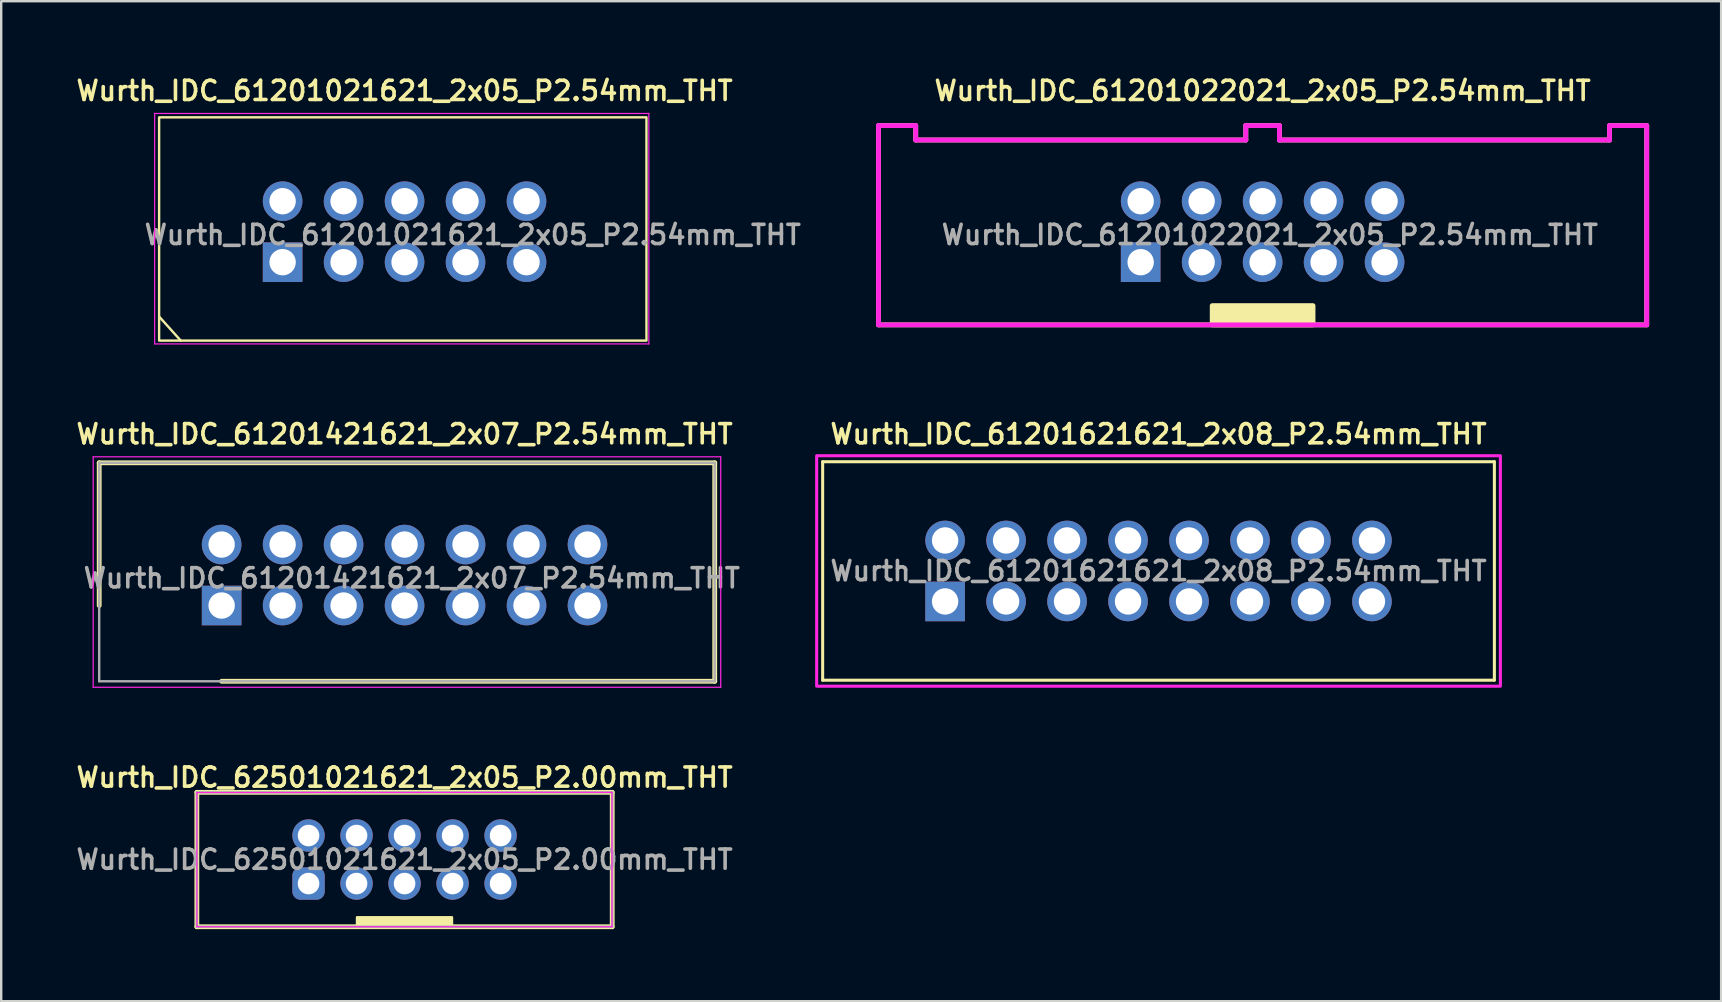
<source format=kicad_pcb>
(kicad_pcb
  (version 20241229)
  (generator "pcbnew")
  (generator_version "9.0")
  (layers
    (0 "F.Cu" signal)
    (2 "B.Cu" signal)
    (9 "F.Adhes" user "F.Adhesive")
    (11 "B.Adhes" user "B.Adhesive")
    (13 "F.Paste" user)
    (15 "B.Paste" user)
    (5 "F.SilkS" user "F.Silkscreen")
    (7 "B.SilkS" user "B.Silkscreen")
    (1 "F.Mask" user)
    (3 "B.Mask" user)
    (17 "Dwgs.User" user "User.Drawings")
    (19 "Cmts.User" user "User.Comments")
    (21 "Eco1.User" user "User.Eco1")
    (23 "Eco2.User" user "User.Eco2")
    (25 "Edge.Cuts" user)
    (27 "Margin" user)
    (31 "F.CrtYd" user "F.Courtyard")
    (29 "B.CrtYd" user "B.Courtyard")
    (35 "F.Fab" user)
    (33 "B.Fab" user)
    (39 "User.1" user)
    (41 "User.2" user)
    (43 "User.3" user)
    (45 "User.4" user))
  (footprint "Wurth_IDC_62501021621_2x05_P2.00mm_THT"
    (layer "F.Cu")
    (at 13.802 32.754)
    (property "Reference" "Wurth_IDC_62501021621_2x05_P2.00mm_THT" (at 0 -3.42 0) (layer "F.SilkS") (effects (font (size 0.8 0.8) (thickness 0.15))))
    (attr through_hole)
    (fp_line (start -8.652 -2.8) (end -8.652 2.8) (stroke (width 0.2) (type solid)) (layer "F.SilkS"))
    (fp_line (start -8.652 2.8) (end 8.648 2.8) (stroke (width 0.2) (type solid)) (layer "F.SilkS"))
    (fp_line (start 8.65 -2.8) (end -8.65 -2.8) (stroke (width 0.2) (type solid)) (layer "F.SilkS"))
    (fp_line (start 8.65 2.8) (end 8.65 -2.8) (stroke (width 0.2) (type solid)) (layer "F.SilkS"))
    (fp_rect (start 1.976 2.8) (end -1.981 2.405) (stroke (width 0.1) (type solid)) (fill yes) (layer "F.SilkS"))
    (fp_line (start -8.65 -2.79) (end 8.64 -2.8) (stroke (width 0.05) (type solid)) (layer "F.CrtYd"))
    (fp_line (start -8.65 2.8) (end -8.65 -2.79) (stroke (width 0.05) (type solid)) (layer "F.CrtYd"))
    (fp_line (start 8.64 -2.8) (end 8.64 2.8) (stroke (width 0.05) (type solid)) (layer "F.CrtYd"))
    (fp_line (start 8.64 2.8) (end -8.65 2.8) (stroke (width 0.05) (type solid)) (layer "F.CrtYd"))
    (fp_line (start -8.65 -2.8) (end 8.65 -2.8) (stroke (width 0.1) (type solid)) (layer "F.Fab"))
    (fp_line (start -8.65 2.8) (end -8.65 -2.8) (stroke (width 0.1) (type solid)) (layer "F.Fab"))
    (fp_line (start 8.65 -2.8) (end 8.65 2.8) (stroke (width 0.1) (type solid)) (layer "F.Fab"))
    (fp_line (start 8.65 2.8) (end -8.65 2.8) (stroke (width 0.1) (type solid)) (layer "F.Fab"))
    (fp_text user "${REFERENCE}" (at 0 0 0) (layer "F.Fab") (effects (font (size 0.8 0.8) (thickness 0.15))))
    (pad "1" thru_hole roundrect (at -4 1) (size 1.35 1.35) (drill 0.9) (layers "*.Cu" "*.Mask") (roundrect_rratio 0.25))
    (pad "2" thru_hole circle (at -4 -1) (size 1.35 1.35) (drill 0.9) (layers "*.Cu" "*.Mask"))
    (pad "3" thru_hole circle (at -2 1) (size 1.35 1.35) (drill 0.9) (layers "*.Cu" "*.Mask"))
    (pad "4" thru_hole circle (at -2 -1) (size 1.35 1.35) (drill 0.9) (layers "*.Cu" "*.Mask"))
    (pad "5" thru_hole circle (at 0 1) (size 1.35 1.35) (drill 0.9) (layers "*.Cu" "*.Mask"))
    (pad "6" thru_hole circle (at 0 -1) (size 1.35 1.35) (drill 0.9) (layers "*.Cu" "*.Mask"))
    (pad "7" thru_hole circle (at 2 1) (size 1.35 1.35) (drill 0.9) (layers "*.Cu" "*.Mask"))
    (pad "8" thru_hole circle (at 2 -1) (size 1.35 1.35) (drill 0.9) (layers "*.Cu" "*.Mask"))
    (pad "9" thru_hole circle (at 4 1) (size 1.35 1.35) (drill 0.9) (layers "*.Cu" "*.Mask"))
    (pad "10" thru_hole circle (at 4 -1) (size 1.35 1.35) (drill 0.9) (layers "*.Cu" "*.Mask")))
  (footprint "Wurth_IDC_61201022021_2x05_P2.54mm_THT"
    (layer "F.Cu")
    (at 49.544 6.631)
    (property "Reference" "Wurth_IDC_61201022021_2x05_P2.54mm_THT" (at 0 -5.9 0) (layer "F.SilkS") (effects (font (size 0.8 0.8) (thickness 0.15))))
    (attr through_hole)
    (fp_line (start -16 3.85) (end -16 -4.45) (stroke (width 0.2) (type solid)) (layer "F.SilkS"))
    (fp_line (start -16 3.85) (end 16 3.85) (stroke (width 0.2) (type solid)) (layer "F.SilkS"))
    (fp_line (start -14.45 -4.45) (end -16 -4.45) (stroke (width 0.2) (type solid)) (layer "F.SilkS"))
    (fp_line (start -14.45 -4.45) (end -14.45 -3.85) (stroke (width 0.2) (type solid)) (layer "F.SilkS"))
    (fp_line (start -14.45 -3.85) (end -0.7 -3.85) (stroke (width 0.2) (type solid)) (layer "F.SilkS"))
    (fp_line (start -0.7 -4.45) (end 0.7 -4.45) (stroke (width 0.2) (type solid)) (layer "F.SilkS"))
    (fp_line (start -0.7 -3.85) (end -0.7 -4.45) (stroke (width 0.2) (type solid)) (layer "F.SilkS"))
    (fp_line (start 0.7 -4.45) (end 0.7 -3.85) (stroke (width 0.2) (type solid)) (layer "F.SilkS"))
    (fp_line (start 14.45 -4.45) (end 16 -4.45) (stroke (width 0.2) (type solid)) (layer "F.SilkS"))
    (fp_line (start 14.45 -3.85) (end 0.7 -3.85) (stroke (width 0.2) (type solid)) (layer "F.SilkS"))
    (fp_line (start 14.45 -3.85) (end 14.45 -4.45) (stroke (width 0.2) (type solid)) (layer "F.SilkS"))
    (fp_line (start 16 3.85) (end 16 -4.45) (stroke (width 0.2) (type solid)) (layer "F.SilkS"))
    (fp_rect (start -2.1 3.85) (end 2.1 3.05) (stroke (width 0.2) (type solid)) (fill yes) (layer "F.SilkS"))
    (fp_line (start -16 3.851) (end -16 -4.449) (stroke (width 0.2) (type solid)) (layer "F.CrtYd"))
    (fp_line (start -16 3.851) (end 16 3.851) (stroke (width 0.2) (type solid)) (layer "F.CrtYd"))
    (fp_line (start -14.45 -4.449) (end -16 -4.449) (stroke (width 0.2) (type solid)) (layer "F.CrtYd"))
    (fp_line (start -14.45 -4.449) (end -14.45 -3.849) (stroke (width 0.2) (type solid)) (layer "F.CrtYd"))
    (fp_line (start -14.45 -3.849) (end -0.7 -3.849) (stroke (width 0.2) (type solid)) (layer "F.CrtYd"))
    (fp_line (start -0.7 -4.449) (end 0.7 -4.449) (stroke (width 0.2) (type solid)) (layer "F.CrtYd"))
    (fp_line (start -0.7 -3.849) (end -0.7 -4.449) (stroke (width 0.2) (type solid)) (layer "F.CrtYd"))
    (fp_line (start 0.7 -4.449) (end 0.7 -3.849) (stroke (width 0.2) (type solid)) (layer "F.CrtYd"))
    (fp_line (start 14.45 -4.449) (end 16 -4.449) (stroke (width 0.2) (type solid)) (layer "F.CrtYd"))
    (fp_line (start 14.45 -3.849) (end 0.7 -3.849) (stroke (width 0.2) (type solid)) (layer "F.CrtYd"))
    (fp_line (start 14.45 -3.849) (end 14.45 -4.449) (stroke (width 0.2) (type solid)) (layer "F.CrtYd"))
    (fp_line (start 16 3.851) (end 16 -4.449) (stroke (width 0.2) (type solid)) (layer "F.CrtYd"))
    (fp_text user "${REFERENCE}" (at 0.3 0.1 0) (layer "F.Fab") (effects (font (size 0.8 0.8) (thickness 0.15))))
    (pad "1" thru_hole rect (at -5.08 1.24) (size 1.65 1.65) (drill 1.1) (layers "*.Cu" "*.Mask"))
    (pad "2" thru_hole circle (at -5.08 -1.3) (size 1.65 1.65) (drill 1.1) (layers "*.Cu" "*.Mask"))
    (pad "3" thru_hole circle (at -2.54 1.24) (size 1.65 1.65) (drill 1.1) (layers "*.Cu" "*.Mask"))
    (pad "4" thru_hole circle (at -2.54 -1.3) (size 1.65 1.65) (drill 1.1) (layers "*.Cu" "*.Mask"))
    (pad "5" thru_hole circle (at 0 1.24) (size 1.65 1.65) (drill 1.1) (layers "*.Cu" "*.Mask"))
    (pad "6" thru_hole circle (at 0 -1.3) (size 1.65 1.65) (drill 1.1) (layers "*.Cu" "*.Mask"))
    (pad "7" thru_hole circle (at 2.54 1.24) (size 1.65 1.65) (drill 1.1) (layers "*.Cu" "*.Mask"))
    (pad "8" thru_hole circle (at 2.54 -1.3) (size 1.65 1.65) (drill 1.1) (layers "*.Cu" "*.Mask"))
    (pad "9" thru_hole circle (at 5.08 1.24) (size 1.65 1.65) (drill 1.1) (layers "*.Cu" "*.Mask"))
    (pad "10" thru_hole circle (at 5.08 -1.3) (size 1.65 1.65) (drill 1.1) (layers "*.Cu" "*.Mask")))
  (footprint "Wurth_IDC_61201621621_2x08_P2.54mm_THT"
    (layer "F.Cu")
    (at 45.208 20.733)
    (property "Reference" "Wurth_IDC_61201621621_2x08_P2.54mm_THT" (at 0 -5.7 0) (layer "F.SilkS") (effects (font (size 0.8 0.8) (thickness 0.15))))
    (attr through_hole)
    (fp_line (start -13.99 -4.55) (end 13.99 -4.55) (stroke (width 0.127) (type solid)) (layer "F.SilkS"))
    (fp_line (start -13.99 4.55) (end -13.99 -4.55) (stroke (width 0.127) (type solid)) (layer "F.SilkS"))
    (fp_line (start 13.99 -4.55) (end 13.99 4.55) (stroke (width 0.127) (type solid)) (layer "F.SilkS"))
    (fp_line (start 13.99 4.55) (end -13.99 4.55) (stroke (width 0.127) (type solid)) (layer "F.SilkS"))
    (fp_poly (pts (xy -14.24 -4.8) (xy 14.24 -4.8) (xy 14.24 4.8) (xy -14.24 4.8)) (stroke (width 0.127) (type solid)) (fill no) (layer "F.CrtYd"))
    (fp_text user "${REFERENCE}" (at 0 0 0) (layer "F.Fab") (effects (font (size 0.8 0.8) (thickness 0.15))))
    (pad "1" thru_hole rect (at -8.89 1.27) (size 1.65 1.65) (drill 1.1) (layers "*.Cu" "*.Mask"))
    (pad "2" thru_hole circle (at -8.89 -1.27) (size 1.65 1.65) (drill 1.1) (layers "*.Cu" "*.Mask"))
    (pad "3" thru_hole circle (at -6.35 1.27) (size 1.65 1.65) (drill 1.1) (layers "*.Cu" "*.Mask"))
    (pad "4" thru_hole circle (at -6.35 -1.27) (size 1.65 1.65) (drill 1.1) (layers "*.Cu" "*.Mask"))
    (pad "5" thru_hole circle (at -3.81 1.27) (size 1.65 1.65) (drill 1.1) (layers "*.Cu" "*.Mask"))
    (pad "6" thru_hole circle (at -3.81 -1.27) (size 1.65 1.65) (drill 1.1) (layers "*.Cu" "*.Mask"))
    (pad "7" thru_hole circle (at -1.27 1.27) (size 1.65 1.65) (drill 1.1) (layers "*.Cu" "*.Mask"))
    (pad "8" thru_hole circle (at -1.27 -1.27) (size 1.65 1.65) (drill 1.1) (layers "*.Cu" "*.Mask"))
    (pad "9" thru_hole circle (at 1.27 1.27) (size 1.65 1.65) (drill 1.1) (layers "*.Cu" "*.Mask"))
    (pad "10" thru_hole circle (at 1.27 -1.27) (size 1.65 1.65) (drill 1.1) (layers "*.Cu" "*.Mask"))
    (pad "11" thru_hole circle (at 3.81 1.27) (size 1.65 1.65) (drill 1.1) (layers "*.Cu" "*.Mask"))
    (pad "12" thru_hole circle (at 3.81 -1.27) (size 1.65 1.65) (drill 1.1) (layers "*.Cu" "*.Mask"))
    (pad "13" thru_hole circle (at 6.35 1.27) (size 1.65 1.65) (drill 1.1) (layers "*.Cu" "*.Mask"))
    (pad "14" thru_hole circle (at 6.35 -1.27) (size 1.65 1.65) (drill 1.1) (layers "*.Cu" "*.Mask"))
    (pad "15" thru_hole circle (at 8.89 1.27) (size 1.65 1.65) (drill 1.1) (layers "*.Cu" "*.Mask"))
    (pad "16" thru_hole circle (at 8.89 -1.27) (size 1.65 1.65) (drill 1.1) (layers "*.Cu" "*.Mask")))
  (footprint "Wurth_IDC_61201021621_2x05_P2.54mm_THT"
    (layer "F.Cu")
    (at 13.802 6.631)
    (property "Reference" "Wurth_IDC_61201021621_2x05_P2.54mm_THT" (at 0 -5.9 0) (layer "F.SilkS") (effects (font (size 0.8 0.8) (thickness 0.15))))
    (attr through_hole)
    (fp_line (start -10.224 3.506) (end -9.324 4.506) (stroke (width 0.1) (type default)) (layer "F.SilkS"))
    (fp_rect (start 10.076 -4.794) (end -10.224 4.506) (stroke (width 0.1) (type default)) (fill no) (layer "F.SilkS"))
    (fp_line (start -10.41 -4.955) (end 10.176 -4.955) (stroke (width 0.05) (type solid)) (layer "F.CrtYd"))
    (fp_line (start -10.41 4.645) (end -10.41 -4.955) (stroke (width 0.05) (type solid)) (layer "F.CrtYd"))
    (fp_line (start 10.176 -4.955) (end 10.176 4.645) (stroke (width 0.05) (type solid)) (layer "F.CrtYd"))
    (fp_line (start 10.176 4.645) (end -10.41 4.645) (stroke (width 0.05) (type solid)) (layer "F.CrtYd"))
    (fp_text user "${REFERENCE}" (at 2.84 0.1 0) (layer "F.Fab") (effects (font (size 0.8 0.8) (thickness 0.15))))
    (pad "1" thru_hole rect (at -5.08 1.24) (size 1.65 1.65) (drill 1.1) (layers "*.Cu" "*.Mask"))
    (pad "2" thru_hole circle (at -5.08 -1.3) (size 1.65 1.65) (drill 1.1) (layers "*.Cu" "*.Mask"))
    (pad "3" thru_hole circle (at -2.54 1.24) (size 1.65 1.65) (drill 1.1) (layers "*.Cu" "*.Mask"))
    (pad "4" thru_hole circle (at -2.54 -1.3) (size 1.65 1.65) (drill 1.1) (layers "*.Cu" "*.Mask"))
    (pad "5" thru_hole circle (at 0 1.24) (size 1.65 1.65) (drill 1.1) (layers "*.Cu" "*.Mask"))
    (pad "6" thru_hole circle (at 0 -1.3) (size 1.65 1.65) (drill 1.1) (layers "*.Cu" "*.Mask"))
    (pad "7" thru_hole circle (at 2.54 1.24) (size 1.65 1.65) (drill 1.1) (layers "*.Cu" "*.Mask"))
    (pad "8" thru_hole circle (at 2.54 -1.3) (size 1.65 1.65) (drill 1.1) (layers "*.Cu" "*.Mask"))
    (pad "9" thru_hole circle (at 5.08 1.24) (size 1.65 1.65) (drill 1.1) (layers "*.Cu" "*.Mask"))
    (pad "10" thru_hole circle (at 5.08 -1.3) (size 1.65 1.65) (drill 1.1) (layers "*.Cu" "*.Mask")))
  (footprint "Wurth_IDC_61201421621_2x07_P2.54mm_THT"
    (layer "F.Cu")
    (at 13.802 20.933)
    (property "Reference" "Wurth_IDC_61201421621_2x07_P2.54mm_THT" (at 0 -5.9 0) (layer "F.SilkS") (effects (font (size 0.8 0.8) (thickness 0.15))))
    (attr through_hole)
    (fp_line (start -12.72 -4.705) (end -12.72 1.24) (stroke (width 0.2) (type solid)) (layer "F.SilkS"))
    (fp_line (start -7.62 4.395) (end 12.92 4.395) (stroke (width 0.2) (type solid)) (layer "F.SilkS"))
    (fp_line (start 12.92 -4.705) (end -12.72 -4.705) (stroke (width 0.2) (type solid)) (layer "F.SilkS"))
    (fp_line (start 12.92 4.395) (end 12.92 -4.705) (stroke (width 0.2) (type solid)) (layer "F.SilkS"))
    (fp_line (start -12.97 -4.955) (end 13.17 -4.955) (stroke (width 0.05) (type solid)) (layer "F.CrtYd"))
    (fp_line (start -12.97 4.645) (end -12.97 -4.955) (stroke (width 0.05) (type solid)) (layer "F.CrtYd"))
    (fp_line (start 13.17 -4.955) (end 13.17 4.645) (stroke (width 0.05) (type solid)) (layer "F.CrtYd"))
    (fp_line (start 13.17 4.645) (end -12.97 4.645) (stroke (width 0.05) (type solid)) (layer "F.CrtYd"))
    (fp_line (start -12.72 -4.705) (end 12.92 -4.705) (stroke (width 0.1) (type solid)) (layer "F.Fab"))
    (fp_line (start -12.72 4.395) (end -12.72 -4.705) (stroke (width 0.1) (type solid)) (layer "F.Fab"))
    (fp_line (start 12.92 -4.705) (end 12.92 4.395) (stroke (width 0.1) (type solid)) (layer "F.Fab"))
    (fp_line (start 12.92 4.395) (end -12.72 4.395) (stroke (width 0.1) (type solid)) (layer "F.Fab"))
    (fp_text user "${REFERENCE}" (at 0.3 0.1 0) (layer "F.Fab") (effects (font (size 0.8 0.8) (thickness 0.15))))
    (pad "1" thru_hole rect (at -7.62 1.24) (size 1.65 1.65) (drill 1.1) (layers "*.Cu" "*.Mask"))
    (pad "2" thru_hole circle (at -7.62 -1.3) (size 1.65 1.65) (drill 1.1) (layers "*.Cu" "*.Mask"))
    (pad "3" thru_hole circle (at -5.08 1.24) (size 1.65 1.65) (drill 1.1) (layers "*.Cu" "*.Mask"))
    (pad "4" thru_hole circle (at -5.08 -1.3) (size 1.65 1.65) (drill 1.1) (layers "*.Cu" "*.Mask"))
    (pad "5" thru_hole circle (at -2.54 1.24) (size 1.65 1.65) (drill 1.1) (layers "*.Cu" "*.Mask"))
    (pad "6" thru_hole circle (at -2.54 -1.3) (size 1.65 1.65) (drill 1.1) (layers "*.Cu" "*.Mask"))
    (pad "7" thru_hole circle (at 0 1.24) (size 1.65 1.65) (drill 1.1) (layers "*.Cu" "*.Mask"))
    (pad "8" thru_hole circle (at 0 -1.3) (size 1.65 1.65) (drill 1.1) (layers "*.Cu" "*.Mask"))
    (pad "9" thru_hole circle (at 2.54 1.24) (size 1.65 1.65) (drill 1.1) (layers "*.Cu" "*.Mask"))
    (pad "10" thru_hole circle (at 2.54 -1.3) (size 1.65 1.65) (drill 1.1) (layers "*.Cu" "*.Mask"))
    (pad "11" thru_hole circle (at 5.08 1.24) (size 1.65 1.65) (drill 1.1) (layers "*.Cu" "*.Mask"))
    (pad "12" thru_hole circle (at 5.08 -1.3) (size 1.65 1.65) (drill 1.1) (layers "*.Cu" "*.Mask"))
    (pad "13" thru_hole circle (at 7.62 1.24) (size 1.65 1.65) (drill 1.1) (layers "*.Cu" "*.Mask"))
    (pad "14" thru_hole circle (at 7.62 -1.3) (size 1.65 1.65) (drill 1.1) (layers "*.Cu" "*.Mask")))
  (gr_rect
    (start -3 -3)
    (end 68.644 38.654)
    (stroke (width 0.1) (type default))
    (fill no)
    (layer "Edge.Cuts")))
</source>
